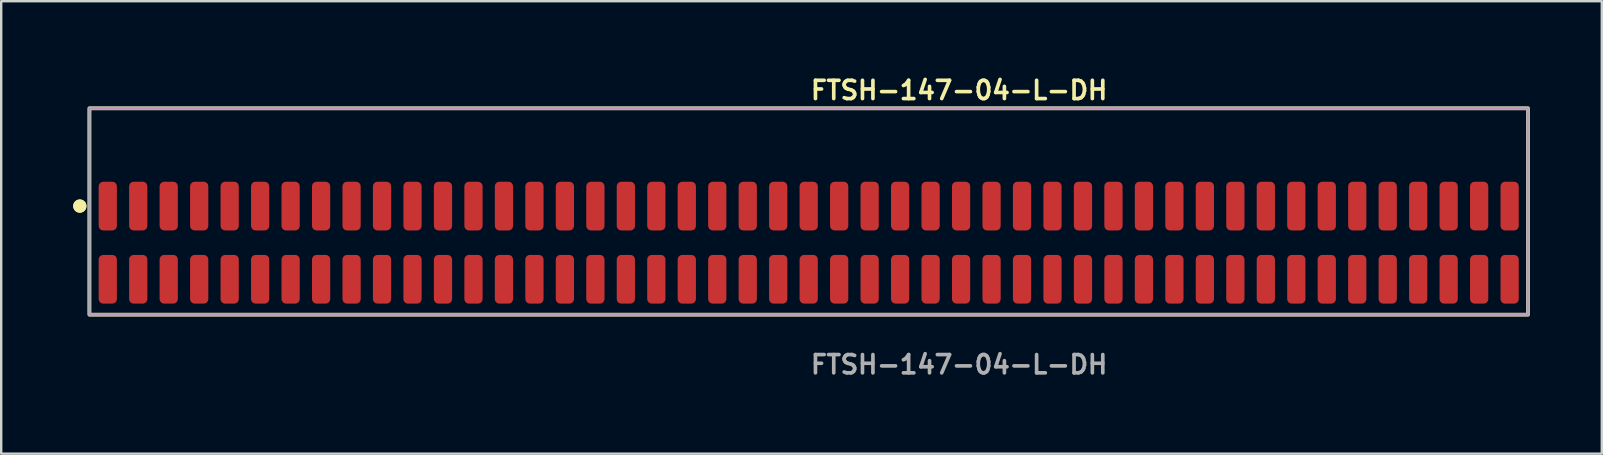
<source format=kicad_pcb>
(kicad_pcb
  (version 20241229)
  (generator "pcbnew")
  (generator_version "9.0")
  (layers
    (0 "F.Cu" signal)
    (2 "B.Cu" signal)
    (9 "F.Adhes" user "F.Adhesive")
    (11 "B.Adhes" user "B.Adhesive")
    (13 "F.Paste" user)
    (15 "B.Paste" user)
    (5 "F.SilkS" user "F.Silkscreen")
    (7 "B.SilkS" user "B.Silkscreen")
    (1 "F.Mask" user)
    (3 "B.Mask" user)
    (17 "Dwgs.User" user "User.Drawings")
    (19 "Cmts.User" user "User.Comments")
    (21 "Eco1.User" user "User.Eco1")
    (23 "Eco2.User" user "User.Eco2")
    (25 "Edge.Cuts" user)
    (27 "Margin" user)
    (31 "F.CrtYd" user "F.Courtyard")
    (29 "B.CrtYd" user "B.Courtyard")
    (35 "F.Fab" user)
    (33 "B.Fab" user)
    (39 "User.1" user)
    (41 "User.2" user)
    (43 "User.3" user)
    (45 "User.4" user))
  (footprint "FTSH-147-04-L-DH"
    (layer "F.Cu")
    (at 30.651 7.063)
    (property "Reference" "FTSH-147-04-L-DH" (at 0 -6.35 0) (unlocked yes) (layer "F.SilkS") (effects (font (size 0.762 0.762) (thickness 0.152)) (justify left)))
    (fp_rect (start -29.975 3) (end 29.975 -5.6) (stroke (width 0.152) (type solid)) (fill no) (layer "F.SilkS"))
    (fp_circle (center -30.375 -1.525) (end -30.575 -1.525) (stroke (width 0.152) (type solid)) (fill yes) (layer "F.SilkS"))
    (fp_circle (center -30.375 -1.525) (end -30.575 -1.525) (stroke (width 0.152) (type solid)) (fill yes) (layer "F.SilkS"))
    (fp_rect (start -29.975 3) (end 29.975 -5.6) (stroke (width 0.006) (type solid)) (fill no) (layer "F.CrtYd"))
    (fp_rect (start -29.975 3) (end 29.975 -5.6) (stroke (width 0.152) (type solid)) (fill no) (layer "F.Fab"))
    (fp_text user "${REFERENCE}" (at 0 5.08 0) (unlocked yes) (layer "F.Fab") (effects (font (size 0.762 0.762) (thickness 0.152)) (justify left)))
    (pad "1" smd roundrect (at -29.21 -1.525) (size 0.76 2.03) (layers "F.Cu" "F.Paste") (roundrect_rratio 0.25))
    (pad "2" smd roundrect (at -29.21 1.525) (size 0.76 2.03) (layers "F.Cu" "F.Paste") (roundrect_rratio 0.25))
    (pad "3" smd roundrect (at -27.94 -1.525) (size 0.76 2.03) (layers "F.Cu" "F.Paste") (roundrect_rratio 0.25))
    (pad "4" smd roundrect (at -27.94 1.525) (size 0.76 2.03) (layers "F.Cu" "F.Paste") (roundrect_rratio 0.25))
    (pad "5" smd roundrect (at -26.67 -1.525) (size 0.76 2.03) (layers "F.Cu" "F.Paste") (roundrect_rratio 0.25))
    (pad "6" smd roundrect (at -26.67 1.525) (size 0.76 2.03) (layers "F.Cu" "F.Paste") (roundrect_rratio 0.25))
    (pad "7" smd roundrect (at -25.4 -1.525) (size 0.76 2.03) (layers "F.Cu" "F.Paste") (roundrect_rratio 0.25))
    (pad "8" smd roundrect (at -25.4 1.525) (size 0.76 2.03) (layers "F.Cu" "F.Paste") (roundrect_rratio 0.25))
    (pad "9" smd roundrect (at -24.13 -1.525) (size 0.76 2.03) (layers "F.Cu" "F.Paste") (roundrect_rratio 0.25))
    (pad "10" smd roundrect (at -24.13 1.525) (size 0.76 2.03) (layers "F.Cu" "F.Paste") (roundrect_rratio 0.25))
    (pad "11" smd roundrect (at -22.86 -1.525) (size 0.76 2.03) (layers "F.Cu" "F.Paste") (roundrect_rratio 0.25))
    (pad "12" smd roundrect (at -22.86 1.525) (size 0.76 2.03) (layers "F.Cu" "F.Paste") (roundrect_rratio 0.25))
    (pad "13" smd roundrect (at -21.59 -1.525) (size 0.76 2.03) (layers "F.Cu" "F.Paste") (roundrect_rratio 0.25))
    (pad "14" smd roundrect (at -21.59 1.525) (size 0.76 2.03) (layers "F.Cu" "F.Paste") (roundrect_rratio 0.25))
    (pad "15" smd roundrect (at -20.32 -1.525) (size 0.76 2.03) (layers "F.Cu" "F.Paste") (roundrect_rratio 0.25))
    (pad "16" smd roundrect (at -20.32 1.525) (size 0.76 2.03) (layers "F.Cu" "F.Paste") (roundrect_rratio 0.25))
    (pad "17" smd roundrect (at -19.05 -1.525) (size 0.76 2.03) (layers "F.Cu" "F.Paste") (roundrect_rratio 0.25))
    (pad "18" smd roundrect (at -19.05 1.525) (size 0.76 2.03) (layers "F.Cu" "F.Paste") (roundrect_rratio 0.25))
    (pad "19" smd roundrect (at -17.78 -1.525) (size 0.76 2.03) (layers "F.Cu" "F.Paste") (roundrect_rratio 0.25))
    (pad "20" smd roundrect (at -17.78 1.525) (size 0.76 2.03) (layers "F.Cu" "F.Paste") (roundrect_rratio 0.25))
    (pad "21" smd roundrect (at -16.51 -1.525) (size 0.76 2.03) (layers "F.Cu" "F.Paste") (roundrect_rratio 0.25))
    (pad "22" smd roundrect (at -16.51 1.525) (size 0.76 2.03) (layers "F.Cu" "F.Paste") (roundrect_rratio 0.25))
    (pad "23" smd roundrect (at -15.24 -1.525) (size 0.76 2.03) (layers "F.Cu" "F.Paste") (roundrect_rratio 0.25))
    (pad "24" smd roundrect (at -15.24 1.525) (size 0.76 2.03) (layers "F.Cu" "F.Paste") (roundrect_rratio 0.25))
    (pad "25" smd roundrect (at -13.97 -1.525) (size 0.76 2.03) (layers "F.Cu" "F.Paste") (roundrect_rratio 0.25))
    (pad "26" smd roundrect (at -13.97 1.525) (size 0.76 2.03) (layers "F.Cu" "F.Paste") (roundrect_rratio 0.25))
    (pad "27" smd roundrect (at -12.7 -1.525) (size 0.76 2.03) (layers "F.Cu" "F.Paste") (roundrect_rratio 0.25))
    (pad "28" smd roundrect (at -12.7 1.525) (size 0.76 2.03) (layers "F.Cu" "F.Paste") (roundrect_rratio 0.25))
    (pad "29" smd roundrect (at -11.43 -1.525) (size 0.76 2.03) (layers "F.Cu" "F.Paste") (roundrect_rratio 0.25))
    (pad "30" smd roundrect (at -11.43 1.525) (size 0.76 2.03) (layers "F.Cu" "F.Paste") (roundrect_rratio 0.25))
    (pad "31" smd roundrect (at -10.16 -1.525) (size 0.76 2.03) (layers "F.Cu" "F.Paste") (roundrect_rratio 0.25))
    (pad "32" smd roundrect (at -10.16 1.525) (size 0.76 2.03) (layers "F.Cu" "F.Paste") (roundrect_rratio 0.25))
    (pad "33" smd roundrect (at -8.89 -1.525) (size 0.76 2.03) (layers "F.Cu" "F.Paste") (roundrect_rratio 0.25))
    (pad "34" smd roundrect (at -8.89 1.525) (size 0.76 2.03) (layers "F.Cu" "F.Paste") (roundrect_rratio 0.25))
    (pad "35" smd roundrect (at -7.62 -1.525) (size 0.76 2.03) (layers "F.Cu" "F.Paste") (roundrect_rratio 0.25))
    (pad "36" smd roundrect (at -7.62 1.525) (size 0.76 2.03) (layers "F.Cu" "F.Paste") (roundrect_rratio 0.25))
    (pad "37" smd roundrect (at -6.35 -1.525) (size 0.76 2.03) (layers "F.Cu" "F.Paste") (roundrect_rratio 0.25))
    (pad "38" smd roundrect (at -6.35 1.525) (size 0.76 2.03) (layers "F.Cu" "F.Paste") (roundrect_rratio 0.25))
    (pad "39" smd roundrect (at -5.08 -1.525) (size 0.76 2.03) (layers "F.Cu" "F.Paste") (roundrect_rratio 0.25))
    (pad "40" smd roundrect (at -5.08 1.525) (size 0.76 2.03) (layers "F.Cu" "F.Paste") (roundrect_rratio 0.25))
    (pad "41" smd roundrect (at -3.81 -1.525) (size 0.76 2.03) (layers "F.Cu" "F.Paste") (roundrect_rratio 0.25))
    (pad "42" smd roundrect (at -3.81 1.525) (size 0.76 2.03) (layers "F.Cu" "F.Paste") (roundrect_rratio 0.25))
    (pad "43" smd roundrect (at -2.54 -1.525) (size 0.76 2.03) (layers "F.Cu" "F.Paste") (roundrect_rratio 0.25))
    (pad "44" smd roundrect (at -2.54 1.525) (size 0.76 2.03) (layers "F.Cu" "F.Paste") (roundrect_rratio 0.25))
    (pad "45" smd roundrect (at -1.27 -1.525) (size 0.76 2.03) (layers "F.Cu" "F.Paste") (roundrect_rratio 0.25))
    (pad "46" smd roundrect (at -1.27 1.525) (size 0.76 2.03) (layers "F.Cu" "F.Paste") (roundrect_rratio 0.25))
    (pad "47" smd roundrect (at 0 -1.525) (size 0.76 2.03) (layers "F.Cu" "F.Paste") (roundrect_rratio 0.25))
    (pad "48" smd roundrect (at 0 1.525) (size 0.76 2.03) (layers "F.Cu" "F.Paste") (roundrect_rratio 0.25))
    (pad "49" smd roundrect (at 1.27 -1.525) (size 0.76 2.03) (layers "F.Cu" "F.Paste") (roundrect_rratio 0.25))
    (pad "50" smd roundrect (at 1.27 1.525) (size 0.76 2.03) (layers "F.Cu" "F.Paste") (roundrect_rratio 0.25))
    (pad "51" smd roundrect (at 2.54 -1.525) (size 0.76 2.03) (layers "F.Cu" "F.Paste") (roundrect_rratio 0.25))
    (pad "52" smd roundrect (at 2.54 1.525) (size 0.76 2.03) (layers "F.Cu" "F.Paste") (roundrect_rratio 0.25))
    (pad "53" smd roundrect (at 3.81 -1.525) (size 0.76 2.03) (layers "F.Cu" "F.Paste") (roundrect_rratio 0.25))
    (pad "54" smd roundrect (at 3.81 1.525) (size 0.76 2.03) (layers "F.Cu" "F.Paste") (roundrect_rratio 0.25))
    (pad "55" smd roundrect (at 5.08 -1.525) (size 0.76 2.03) (layers "F.Cu" "F.Paste") (roundrect_rratio 0.25))
    (pad "56" smd roundrect (at 5.08 1.525) (size 0.76 2.03) (layers "F.Cu" "F.Paste") (roundrect_rratio 0.25))
    (pad "57" smd roundrect (at 6.35 -1.525) (size 0.76 2.03) (layers "F.Cu" "F.Paste") (roundrect_rratio 0.25))
    (pad "58" smd roundrect (at 6.35 1.525) (size 0.76 2.03) (layers "F.Cu" "F.Paste") (roundrect_rratio 0.25))
    (pad "59" smd roundrect (at 7.62 -1.525) (size 0.76 2.03) (layers "F.Cu" "F.Paste") (roundrect_rratio 0.25))
    (pad "60" smd roundrect (at 7.62 1.525) (size 0.76 2.03) (layers "F.Cu" "F.Paste") (roundrect_rratio 0.25))
    (pad "61" smd roundrect (at 8.89 -1.525) (size 0.76 2.03) (layers "F.Cu" "F.Paste") (roundrect_rratio 0.25))
    (pad "62" smd roundrect (at 8.89 1.525) (size 0.76 2.03) (layers "F.Cu" "F.Paste") (roundrect_rratio 0.25))
    (pad "63" smd roundrect (at 10.16 -1.525) (size 0.76 2.03) (layers "F.Cu" "F.Paste") (roundrect_rratio 0.25))
    (pad "64" smd roundrect (at 10.16 1.525) (size 0.76 2.03) (layers "F.Cu" "F.Paste") (roundrect_rratio 0.25))
    (pad "65" smd roundrect (at 11.43 -1.525) (size 0.76 2.03) (layers "F.Cu" "F.Paste") (roundrect_rratio 0.25))
    (pad "66" smd roundrect (at 11.43 1.525) (size 0.76 2.03) (layers "F.Cu" "F.Paste") (roundrect_rratio 0.25))
    (pad "67" smd roundrect (at 12.7 -1.525) (size 0.76 2.03) (layers "F.Cu" "F.Paste") (roundrect_rratio 0.25))
    (pad "68" smd roundrect (at 12.7 1.525) (size 0.76 2.03) (layers "F.Cu" "F.Paste") (roundrect_rratio 0.25))
    (pad "69" smd roundrect (at 13.97 -1.525) (size 0.76 2.03) (layers "F.Cu" "F.Paste") (roundrect_rratio 0.25))
    (pad "70" smd roundrect (at 13.97 1.525) (size 0.76 2.03) (layers "F.Cu" "F.Paste") (roundrect_rratio 0.25))
    (pad "71" smd roundrect (at 15.24 -1.525) (size 0.76 2.03) (layers "F.Cu" "F.Paste") (roundrect_rratio 0.25))
    (pad "72" smd roundrect (at 15.24 1.525) (size 0.76 2.03) (layers "F.Cu" "F.Paste") (roundrect_rratio 0.25))
    (pad "73" smd roundrect (at 16.51 -1.525) (size 0.76 2.03) (layers "F.Cu" "F.Paste") (roundrect_rratio 0.25))
    (pad "74" smd roundrect (at 16.51 1.525) (size 0.76 2.03) (layers "F.Cu" "F.Paste") (roundrect_rratio 0.25))
    (pad "75" smd roundrect (at 17.78 -1.525) (size 0.76 2.03) (layers "F.Cu" "F.Paste") (roundrect_rratio 0.25))
    (pad "76" smd roundrect (at 17.78 1.525) (size 0.76 2.03) (layers "F.Cu" "F.Paste") (roundrect_rratio 0.25))
    (pad "77" smd roundrect (at 19.05 -1.525) (size 0.76 2.03) (layers "F.Cu" "F.Paste") (roundrect_rratio 0.25))
    (pad "78" smd roundrect (at 19.05 1.525) (size 0.76 2.03) (layers "F.Cu" "F.Paste") (roundrect_rratio 0.25))
    (pad "79" smd roundrect (at 20.32 -1.525) (size 0.76 2.03) (layers "F.Cu" "F.Paste") (roundrect_rratio 0.25))
    (pad "80" smd roundrect (at 20.32 1.525) (size 0.76 2.03) (layers "F.Cu" "F.Paste") (roundrect_rratio 0.25))
    (pad "81" smd roundrect (at 21.59 -1.525) (size 0.76 2.03) (layers "F.Cu" "F.Paste") (roundrect_rratio 0.25))
    (pad "82" smd roundrect (at 21.59 1.525) (size 0.76 2.03) (layers "F.Cu" "F.Paste") (roundrect_rratio 0.25))
    (pad "83" smd roundrect (at 22.86 -1.525) (size 0.76 2.03) (layers "F.Cu" "F.Paste") (roundrect_rratio 0.25))
    (pad "84" smd roundrect (at 22.86 1.525) (size 0.76 2.03) (layers "F.Cu" "F.Paste") (roundrect_rratio 0.25))
    (pad "85" smd roundrect (at 24.13 -1.525) (size 0.76 2.03) (layers "F.Cu" "F.Paste") (roundrect_rratio 0.25))
    (pad "86" smd roundrect (at 24.13 1.525) (size 0.76 2.03) (layers "F.Cu" "F.Paste") (roundrect_rratio 0.25))
    (pad "87" smd roundrect (at 25.4 -1.525) (size 0.76 2.03) (layers "F.Cu" "F.Paste") (roundrect_rratio 0.25))
    (pad "88" smd roundrect (at 25.4 1.525) (size 0.76 2.03) (layers "F.Cu" "F.Paste") (roundrect_rratio 0.25))
    (pad "89" smd roundrect (at 26.67 -1.525) (size 0.76 2.03) (layers "F.Cu" "F.Paste") (roundrect_rratio 0.25))
    (pad "90" smd roundrect (at 26.67 1.525) (size 0.76 2.03) (layers "F.Cu" "F.Paste") (roundrect_rratio 0.25))
    (pad "91" smd roundrect (at 27.94 -1.525) (size 0.76 2.03) (layers "F.Cu" "F.Paste") (roundrect_rratio 0.25))
    (pad "92" smd roundrect (at 27.94 1.525) (size 0.76 2.03) (layers "F.Cu" "F.Paste") (roundrect_rratio 0.25))
    (pad "93" smd roundrect (at 29.21 -1.525) (size 0.76 2.03) (layers "F.Cu" "F.Paste") (roundrect_rratio 0.25))
    (pad "94" smd roundrect (at 29.21 1.525) (size 0.76 2.03) (layers "F.Cu" "F.Paste") (roundrect_rratio 0.25)))
  (gr_rect
    (start -3 -3)
    (end 63.702 15.856)
    (stroke (width 0.1) (type default))
    (fill no)
    (layer "Edge.Cuts")))
</source>
